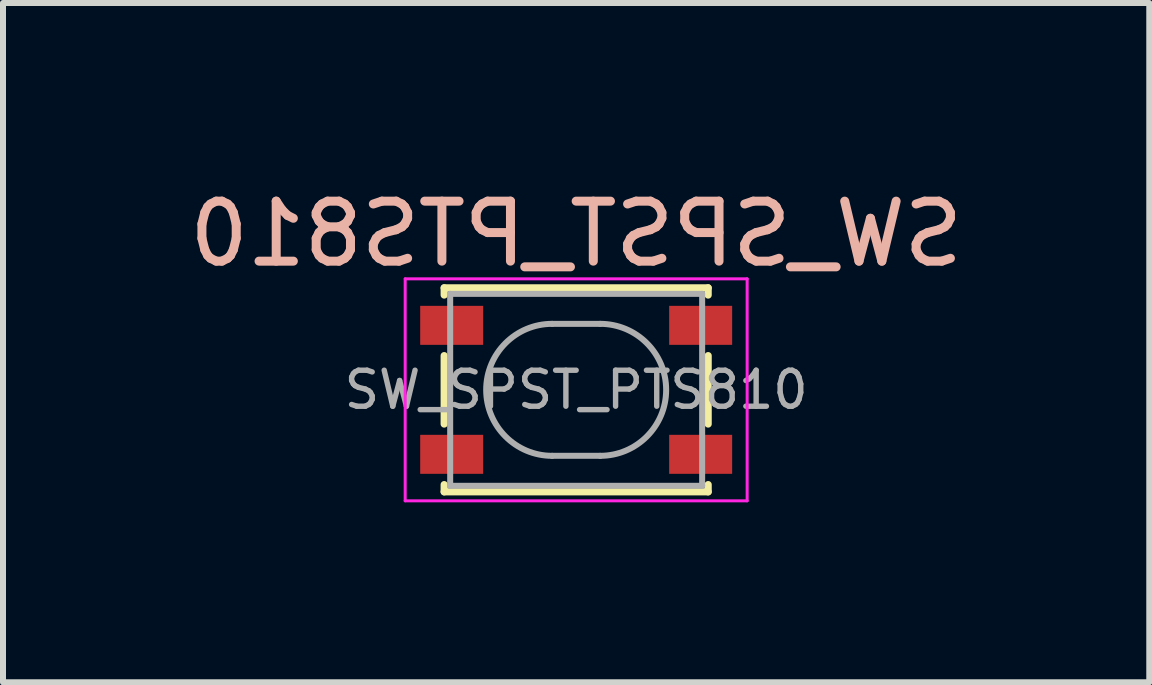
<source format=kicad_pcb>
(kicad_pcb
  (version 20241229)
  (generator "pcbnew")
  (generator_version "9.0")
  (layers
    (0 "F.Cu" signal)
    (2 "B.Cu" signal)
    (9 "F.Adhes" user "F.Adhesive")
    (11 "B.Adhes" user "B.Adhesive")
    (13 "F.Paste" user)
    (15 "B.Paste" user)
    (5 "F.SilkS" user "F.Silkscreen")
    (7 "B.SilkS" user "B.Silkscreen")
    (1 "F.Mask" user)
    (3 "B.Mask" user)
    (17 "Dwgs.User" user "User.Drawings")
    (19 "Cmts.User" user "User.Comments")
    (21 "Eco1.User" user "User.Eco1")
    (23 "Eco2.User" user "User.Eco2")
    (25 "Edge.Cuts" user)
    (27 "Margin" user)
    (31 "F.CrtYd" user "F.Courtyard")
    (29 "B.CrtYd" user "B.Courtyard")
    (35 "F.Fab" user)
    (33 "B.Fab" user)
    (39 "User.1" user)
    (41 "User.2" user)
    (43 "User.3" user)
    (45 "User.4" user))
  (footprint "SW_SPST_PTS810"
    (layer "F.Cu")
    (at 6.554 3.448)
    (property "Reference" "SW_SPST_PTS810" (at 0 -2.6 0) (layer "B.SilkS") (effects (font (size 1 1) (thickness 0.15)) (justify mirror)))
    (attr smd)
    (fp_line (start -2.2 -1.7) (end -2.2 -1.58) (stroke (width 0.12) (type solid)) (layer "F.SilkS"))
    (fp_line (start -2.2 -0.57) (end -2.2 0.57) (stroke (width 0.12) (type solid)) (layer "F.SilkS"))
    (fp_line (start -2.2 1.58) (end -2.2 1.7) (stroke (width 0.12) (type solid)) (layer "F.SilkS"))
    (fp_line (start -2.2 1.7) (end 2.2 1.7) (stroke (width 0.12) (type solid)) (layer "F.SilkS"))
    (fp_line (start 2.2 -1.7) (end -2.2 -1.7) (stroke (width 0.12) (type solid)) (layer "F.SilkS"))
    (fp_line (start 2.2 -1.58) (end 2.2 -1.7) (stroke (width 0.12) (type solid)) (layer "F.SilkS"))
    (fp_line (start 2.2 0.57) (end 2.2 -0.57) (stroke (width 0.12) (type solid)) (layer "F.SilkS"))
    (fp_line (start 2.2 1.7) (end 2.2 1.58) (stroke (width 0.12) (type solid)) (layer "F.SilkS"))
    (fp_line (start -2.85 -1.85) (end 2.85 -1.85) (stroke (width 0.05) (type solid)) (layer "F.CrtYd"))
    (fp_line (start -2.85 1.85) (end -2.85 -1.85) (stroke (width 0.05) (type solid)) (layer "F.CrtYd"))
    (fp_line (start 2.85 -1.85) (end 2.85 1.85) (stroke (width 0.05) (type solid)) (layer "F.CrtYd"))
    (fp_line (start 2.85 1.85) (end -2.85 1.85) (stroke (width 0.05) (type solid)) (layer "F.CrtYd"))
    (fp_line (start -2.1 -1.6) (end -2.1 1.6) (stroke (width 0.1) (type solid)) (layer "F.Fab"))
    (fp_line (start -2.1 1.6) (end 2.1 1.6) (stroke (width 0.1) (type solid)) (layer "F.Fab"))
    (fp_line (start -0.4 -1.1) (end 0.4 -1.1) (stroke (width 0.1) (type solid)) (layer "F.Fab"))
    (fp_line (start 0.4 1.1) (end -0.4 1.1) (stroke (width 0.1) (type solid)) (layer "F.Fab"))
    (fp_line (start 2.1 -1.6) (end -2.1 -1.6) (stroke (width 0.1) (type solid)) (layer "F.Fab"))
    (fp_line (start 2.1 1.6) (end 2.1 -1.6) (stroke (width 0.1) (type solid)) (layer "F.Fab"))
    (fp_arc (start -0.4 1.1) (mid -1.5 0) (end -0.4 -1.1) (stroke (width 0.1) (type solid)) (layer "F.Fab"))
    (fp_arc (start 0.4 -1.1) (mid 1.5 0) (end 0.4 1.1) (stroke (width 0.1) (type solid)) (layer "F.Fab"))
    (fp_text user "${REFERENCE}" (at 0 0 0) (layer "F.Fab") (effects (font (size 0.6 0.6) (thickness 0.09))))
    (pad "1" smd rect (at -2.075 -1.075) (size 1.05 0.65) (layers "F.Cu" "F.Mask" "F.Paste"))
    (pad "1" smd rect (at 2.075 -1.075) (size 1.05 0.65) (layers "F.Cu" "F.Mask" "F.Paste"))
    (pad "2" smd rect (at -2.075 1.075) (size 1.05 0.65) (layers "F.Cu" "F.Mask" "F.Paste"))
    (pad "2" smd rect (at 2.075 1.075) (size 1.05 0.65) (layers "F.Cu" "F.Mask" "F.Paste")))
  (gr_rect
    (start -3 -3)
    (end 16.107 8.323)
    (stroke (width 0.1) (type default))
    (fill no)
    (layer "Edge.Cuts")))
</source>
